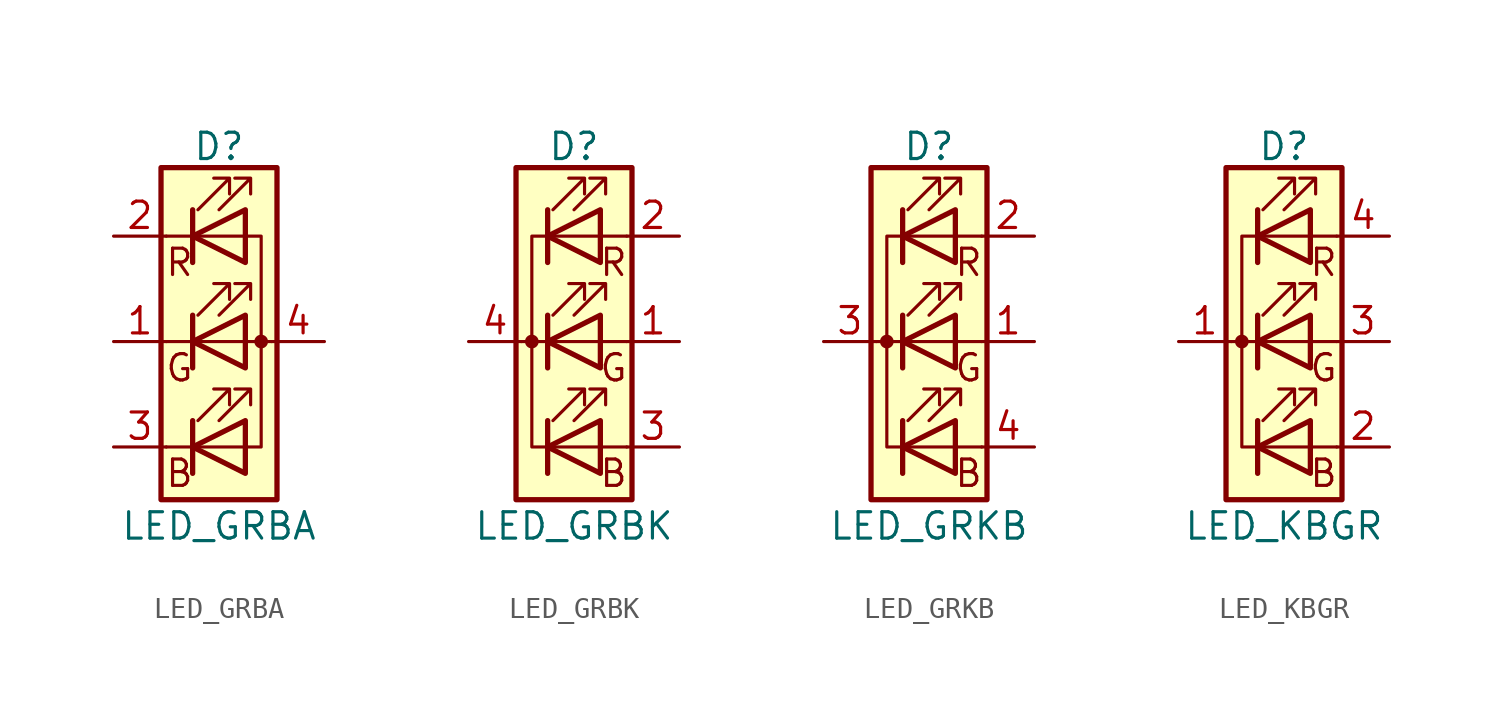
<source format=kicad_sym>
(kicad_symbol_lib
  (version 20241209)
  (generator "kicad_symbol_editor")
  (generator_version "9.0")
  (symbol "LED_GRBA"
    (pin_names
      (offset 0)
      (hide yes))
    (property "Reference" "D"
      (at 0 9.398 0)
      (effects (font (size 1.27 1.27))))
    (property "Value" "LED_GRBA"
      (at 0 -8.89 0)
      (effects (font (size 1.27 1.27))))
    (symbol "LED_GRBA_0_0"
      (text "R" (at -1.905 3.81 0) (effects (font (size 1.27 1.27))))
      (text "G" (at -1.905 -1.27 0) (effects (font (size 1.27 1.27))))
      (text "B" (at -1.905 -6.35 0) (effects (font (size 1.27 1.27)))))
    (symbol "LED_GRBA_0_1"
      (polyline (pts (xy -1.27 6.35) (xy -1.27 3.81)) (stroke (width 0.254) (type solid)) (fill (type none)))
      (polyline (pts (xy -1.27 6.35) (xy -1.27 3.81) (xy -1.27 3.81)) (stroke (width 0) (type solid)) (fill (type none)))
      (polyline (pts (xy -1.27 5.08) (xy -2.54 5.08)) (stroke (width 0) (type solid)) (fill (type none)))
      (polyline (pts (xy -1.27 5.08) (xy 1.27 5.08)) (stroke (width 0) (type solid)) (fill (type none)))
      (polyline (pts (xy -1.27 1.27) (xy -1.27 -1.27)) (stroke (width 0.254) (type solid)) (fill (type none)))
      (polyline (pts (xy -1.27 1.27) (xy -1.27 -1.27) (xy -1.27 -1.27)) (stroke (width 0) (type solid)) (fill (type none)))
      (polyline (pts (xy -1.27 0) (xy -2.54 0)) (stroke (width 0) (type solid)) (fill (type none)))
      (polyline (pts (xy -1.27 -3.81) (xy -1.27 -6.35)) (stroke (width 0.254) (type solid)) (fill (type none)))
      (polyline (pts (xy -1.27 -5.08) (xy -2.54 -5.08)) (stroke (width 0) (type solid)) (fill (type none)))
      (polyline (pts (xy -1.27 -5.08) (xy 1.27 -5.08)) (stroke (width 0) (type solid)) (fill (type none)))
      (polyline (pts (xy -1.016 6.35) (xy 0.508 7.874) (xy -0.254 7.874) (xy 0.508 7.874) (xy 0.508 7.112)) (stroke (width 0) (type solid)) (fill (type none)))
      (polyline (pts (xy -1.016 1.27) (xy 0.508 2.794) (xy -0.254 2.794) (xy 0.508 2.794) (xy 0.508 2.032)) (stroke (width 0) (type solid)) (fill (type none)))
      (polyline (pts (xy -1.016 -3.81) (xy 0.508 -2.286) (xy -0.254 -2.286) (xy 0.508 -2.286) (xy 0.508 -3.048)) (stroke (width 0) (type solid)) (fill (type none)))
      (polyline (pts (xy 0 6.35) (xy 1.524 7.874) (xy 0.762 7.874) (xy 1.524 7.874) (xy 1.524 7.112)) (stroke (width 0) (type solid)) (fill (type none)))
      (polyline (pts (xy 0 1.27) (xy 1.524 2.794) (xy 0.762 2.794) (xy 1.524 2.794) (xy 1.524 2.032)) (stroke (width 0) (type solid)) (fill (type none)))
      (polyline (pts (xy 0 -3.81) (xy 1.524 -2.286) (xy 0.762 -2.286) (xy 1.524 -2.286) (xy 1.524 -3.048)) (stroke (width 0) (type solid)) (fill (type none)))
      (polyline (pts (xy 1.27 6.35) (xy 1.27 3.81) (xy -1.27 5.08) (xy 1.27 6.35)) (stroke (width 0.254) (type solid)) (fill (type none)))
      (rectangle (start 1.27 6.35) (end 1.27 6.35) (stroke (width 0) (type solid)) (fill (type none)))
      (rectangle (start 1.27 3.81) (end 1.27 6.35) (stroke (width 0) (type solid)) (fill (type none)))
      (polyline (pts (xy 1.27 1.27) (xy 1.27 -1.27) (xy -1.27 0) (xy 1.27 1.27)) (stroke (width 0.254) (type solid)) (fill (type none)))
      (rectangle (start 1.27 1.27) (end 1.27 1.27) (stroke (width 0) (type solid)) (fill (type none)))
      (polyline (pts (xy 1.27 0) (xy -1.27 0)) (stroke (width 0) (type solid)) (fill (type none)))
      (polyline (pts (xy 1.27 0) (xy 2.54 0)) (stroke (width 0) (type solid)) (fill (type none)))
      (rectangle (start 1.27 -1.27) (end 1.27 1.27) (stroke (width 0) (type solid)) (fill (type none)))
      (polyline (pts (xy 1.27 -3.81) (xy 1.27 -6.35) (xy -1.27 -5.08) (xy 1.27 -3.81)) (stroke (width 0.254) (type solid)) (fill (type none)))
      (polyline (pts (xy 1.27 -5.08) (xy 2.032 -5.08) (xy 2.032 5.08) (xy 1.27 5.08)) (stroke (width 0) (type solid)) (fill (type none)))
      (circle (center 2.032 0) (radius 0.254) (stroke (width 0) (type solid)) (fill (type outline)))
      (rectangle (start 2.794 8.382) (end -2.794 -7.62) (stroke (width 0.254) (type solid)) (fill (type background))))
    (symbol "LED_GRBA_1_1"
      (pin passive line (at -5.08 5.08 0) (length 2.54) (name "RK" (effects (font (size 1.27 1.27)))) (number "2" (effects (font (size 1.27 1.27)))))
      (pin passive line (at -5.08 0 0) (length 2.54) (name "GK" (effects (font (size 1.27 1.27)))) (number "1" (effects (font (size 1.27 1.27)))))
      (pin passive line (at -5.08 -5.08 0) (length 2.54) (name "BK" (effects (font (size 1.27 1.27)))) (number "3" (effects (font (size 1.27 1.27)))))
      (pin passive line (at 5.08 0 180) (length 2.54) (name "A" (effects (font (size 1.27 1.27)))) (number "4" (effects (font (size 1.27 1.27)))))))
  (symbol "LED_GRBK"
    (pin_names
      (offset 0)
      (hide yes))
    (property "Reference" "D"
      (at 0 9.398 0)
      (effects (font (size 1.27 1.27))))
    (property "Value" "LED_GRBK"
      (at 0 -8.89 0)
      (effects (font (size 1.27 1.27))))
    (symbol "LED_GRBK_0_0"
      (text "R" (at 1.905 3.81 0) (effects (font (size 1.27 1.27))))
      (text "G" (at 1.905 -1.27 0) (effects (font (size 1.27 1.27))))
      (text "B" (at 1.905 -6.35 0) (effects (font (size 1.27 1.27)))))
    (symbol "LED_GRBK_0_1"
      (circle (center -2.032 0) (radius 0.254) (stroke (width 0) (type solid)) (fill (type outline)))
      (polyline (pts (xy -1.27 6.35) (xy -1.27 3.81)) (stroke (width 0.254) (type solid)) (fill (type none)))
      (polyline (pts (xy -1.27 6.35) (xy -1.27 3.81) (xy -1.27 3.81)) (stroke (width 0) (type solid)) (fill (type none)))
      (polyline (pts (xy -1.27 5.08) (xy 1.27 5.08)) (stroke (width 0) (type solid)) (fill (type none)))
      (polyline (pts (xy -1.27 5.08) (xy -2.032 5.08) (xy -2.032 -5.08) (xy -1.016 -5.08)) (stroke (width 0) (type solid)) (fill (type none)))
      (polyline (pts (xy -1.27 1.27) (xy -1.27 -1.27)) (stroke (width 0.254) (type solid)) (fill (type none)))
      (polyline (pts (xy -1.27 1.27) (xy -1.27 -1.27) (xy -1.27 -1.27)) (stroke (width 0) (type solid)) (fill (type none)))
      (polyline (pts (xy -1.27 0) (xy -2.54 0)) (stroke (width 0) (type solid)) (fill (type none)))
      (polyline (pts (xy -1.27 -3.81) (xy -1.27 -6.35)) (stroke (width 0.254) (type solid)) (fill (type none)))
      (polyline (pts (xy -1.27 -5.08) (xy 1.27 -5.08)) (stroke (width 0) (type solid)) (fill (type none)))
      (polyline (pts (xy -1.016 6.35) (xy 0.508 7.874) (xy -0.254 7.874) (xy 0.508 7.874) (xy 0.508 7.112)) (stroke (width 0) (type solid)) (fill (type none)))
      (polyline (pts (xy -1.016 1.27) (xy 0.508 2.794) (xy -0.254 2.794) (xy 0.508 2.794) (xy 0.508 2.032)) (stroke (width 0) (type solid)) (fill (type none)))
      (polyline (pts (xy -1.016 -3.81) (xy 0.508 -2.286) (xy -0.254 -2.286) (xy 0.508 -2.286) (xy 0.508 -3.048)) (stroke (width 0) (type solid)) (fill (type none)))
      (polyline (pts (xy 0 6.35) (xy 1.524 7.874) (xy 0.762 7.874) (xy 1.524 7.874) (xy 1.524 7.112)) (stroke (width 0) (type solid)) (fill (type none)))
      (polyline (pts (xy 0 1.27) (xy 1.524 2.794) (xy 0.762 2.794) (xy 1.524 2.794) (xy 1.524 2.032)) (stroke (width 0) (type solid)) (fill (type none)))
      (polyline (pts (xy 0 -3.81) (xy 1.524 -2.286) (xy 0.762 -2.286) (xy 1.524 -2.286) (xy 1.524 -3.048)) (stroke (width 0) (type solid)) (fill (type none)))
      (polyline (pts (xy 1.27 6.35) (xy 1.27 3.81) (xy -1.27 5.08) (xy 1.27 6.35)) (stroke (width 0.254) (type solid)) (fill (type none)))
      (rectangle (start 1.27 6.35) (end 1.27 6.35) (stroke (width 0) (type solid)) (fill (type none)))
      (polyline (pts (xy 1.27 5.08) (xy 2.54 5.08)) (stroke (width 0) (type solid)) (fill (type none)))
      (rectangle (start 1.27 3.81) (end 1.27 6.35) (stroke (width 0) (type solid)) (fill (type none)))
      (polyline (pts (xy 1.27 1.27) (xy 1.27 -1.27) (xy -1.27 0) (xy 1.27 1.27)) (stroke (width 0.254) (type solid)) (fill (type none)))
      (rectangle (start 1.27 1.27) (end 1.27 1.27) (stroke (width 0) (type solid)) (fill (type none)))
      (polyline (pts (xy 1.27 0) (xy -1.27 0)) (stroke (width 0) (type solid)) (fill (type none)))
      (polyline (pts (xy 1.27 0) (xy 2.54 0)) (stroke (width 0) (type solid)) (fill (type none)))
      (rectangle (start 1.27 -1.27) (end 1.27 1.27) (stroke (width 0) (type solid)) (fill (type none)))
      (polyline (pts (xy 1.27 -3.81) (xy 1.27 -6.35) (xy -1.27 -5.08) (xy 1.27 -3.81)) (stroke (width 0.254) (type solid)) (fill (type none)))
      (polyline (pts (xy 1.27 -5.08) (xy 2.54 -5.08)) (stroke (width 0) (type solid)) (fill (type none)))
      (rectangle (start 2.794 8.382) (end -2.794 -7.62) (stroke (width 0.254) (type solid)) (fill (type background))))
    (symbol "LED_GRBK_1_1"
      (pin passive line (at -5.08 0 0) (length 2.54) (name "K" (effects (font (size 1.27 1.27)))) (number "4" (effects (font (size 1.27 1.27)))))
      (pin passive line (at 5.08 5.08 180) (length 2.54) (name "RA" (effects (font (size 1.27 1.27)))) (number "2" (effects (font (size 1.27 1.27)))))
      (pin passive line (at 5.08 0 180) (length 2.54) (name "GA" (effects (font (size 1.27 1.27)))) (number "1" (effects (font (size 1.27 1.27)))))
      (pin passive line (at 5.08 -5.08 180) (length 2.54) (name "BA" (effects (font (size 1.27 1.27)))) (number "3" (effects (font (size 1.27 1.27)))))))
  (symbol "LED_GRKB"
    (pin_names
      (offset 0)
      (hide yes))
    (property "Reference" "D"
      (at 0 9.398 0)
      (effects (font (size 1.27 1.27))))
    (property "Value" "LED_GRKB"
      (at 0 -8.89 0)
      (effects (font (size 1.27 1.27))))
    (symbol "LED_GRKB_0_0"
      (text "R" (at 1.905 3.81 0) (effects (font (size 1.27 1.27))))
      (text "G" (at 1.905 -1.27 0) (effects (font (size 1.27 1.27))))
      (text "B" (at 1.905 -6.35 0) (effects (font (size 1.27 1.27)))))
    (symbol "LED_GRKB_0_1"
      (circle (center -2.032 0) (radius 0.254) (stroke (width 0) (type solid)) (fill (type outline)))
      (polyline (pts (xy -1.27 6.35) (xy -1.27 3.81)) (stroke (width 0.254) (type solid)) (fill (type none)))
      (polyline (pts (xy -1.27 6.35) (xy -1.27 3.81) (xy -1.27 3.81)) (stroke (width 0) (type solid)) (fill (type none)))
      (polyline (pts (xy -1.27 5.08) (xy 1.27 5.08)) (stroke (width 0) (type solid)) (fill (type none)))
      (polyline (pts (xy -1.27 5.08) (xy -2.032 5.08) (xy -2.032 -5.08) (xy -1.016 -5.08)) (stroke (width 0) (type solid)) (fill (type none)))
      (polyline (pts (xy -1.27 1.27) (xy -1.27 -1.27)) (stroke (width 0.254) (type solid)) (fill (type none)))
      (polyline (pts (xy -1.27 1.27) (xy -1.27 -1.27) (xy -1.27 -1.27)) (stroke (width 0) (type solid)) (fill (type none)))
      (polyline (pts (xy -1.27 0) (xy -2.54 0)) (stroke (width 0) (type solid)) (fill (type none)))
      (polyline (pts (xy -1.27 -3.81) (xy -1.27 -6.35)) (stroke (width 0.254) (type solid)) (fill (type none)))
      (polyline (pts (xy -1.27 -5.08) (xy 1.27 -5.08)) (stroke (width 0) (type solid)) (fill (type none)))
      (polyline (pts (xy -1.016 6.35) (xy 0.508 7.874) (xy -0.254 7.874) (xy 0.508 7.874) (xy 0.508 7.112)) (stroke (width 0) (type solid)) (fill (type none)))
      (polyline (pts (xy -1.016 1.27) (xy 0.508 2.794) (xy -0.254 2.794) (xy 0.508 2.794) (xy 0.508 2.032)) (stroke (width 0) (type solid)) (fill (type none)))
      (polyline (pts (xy -1.016 -3.81) (xy 0.508 -2.286) (xy -0.254 -2.286) (xy 0.508 -2.286) (xy 0.508 -3.048)) (stroke (width 0) (type solid)) (fill (type none)))
      (polyline (pts (xy 0 6.35) (xy 1.524 7.874) (xy 0.762 7.874) (xy 1.524 7.874) (xy 1.524 7.112)) (stroke (width 0) (type solid)) (fill (type none)))
      (polyline (pts (xy 0 1.27) (xy 1.524 2.794) (xy 0.762 2.794) (xy 1.524 2.794) (xy 1.524 2.032)) (stroke (width 0) (type solid)) (fill (type none)))
      (polyline (pts (xy 0 -3.81) (xy 1.524 -2.286) (xy 0.762 -2.286) (xy 1.524 -2.286) (xy 1.524 -3.048)) (stroke (width 0) (type solid)) (fill (type none)))
      (polyline (pts (xy 1.27 6.35) (xy 1.27 3.81) (xy -1.27 5.08) (xy 1.27 6.35)) (stroke (width 0.254) (type solid)) (fill (type none)))
      (rectangle (start 1.27 6.35) (end 1.27 6.35) (stroke (width 0) (type solid)) (fill (type none)))
      (polyline (pts (xy 1.27 5.08) (xy 2.54 5.08)) (stroke (width 0) (type solid)) (fill (type none)))
      (rectangle (start 1.27 3.81) (end 1.27 6.35) (stroke (width 0) (type solid)) (fill (type none)))
      (polyline (pts (xy 1.27 1.27) (xy 1.27 -1.27) (xy -1.27 0) (xy 1.27 1.27)) (stroke (width 0.254) (type solid)) (fill (type none)))
      (rectangle (start 1.27 1.27) (end 1.27 1.27) (stroke (width 0) (type solid)) (fill (type none)))
      (polyline (pts (xy 1.27 0) (xy -1.27 0)) (stroke (width 0) (type solid)) (fill (type none)))
      (polyline (pts (xy 1.27 0) (xy 2.54 0)) (stroke (width 0) (type solid)) (fill (type none)))
      (rectangle (start 1.27 -1.27) (end 1.27 1.27) (stroke (width 0) (type solid)) (fill (type none)))
      (polyline (pts (xy 1.27 -3.81) (xy 1.27 -6.35) (xy -1.27 -5.08) (xy 1.27 -3.81)) (stroke (width 0.254) (type solid)) (fill (type none)))
      (polyline (pts (xy 1.27 -5.08) (xy 2.54 -5.08)) (stroke (width 0) (type solid)) (fill (type none)))
      (rectangle (start 2.794 8.382) (end -2.794 -7.62) (stroke (width 0.254) (type solid)) (fill (type background))))
    (symbol "LED_GRKB_1_1"
      (pin passive line (at -5.08 0 0) (length 2.54) (name "K" (effects (font (size 1.27 1.27)))) (number "3" (effects (font (size 1.27 1.27)))))
      (pin passive line (at 5.08 5.08 180) (length 2.54) (name "RA" (effects (font (size 1.27 1.27)))) (number "2" (effects (font (size 1.27 1.27)))))
      (pin passive line (at 5.08 0 180) (length 2.54) (name "GA" (effects (font (size 1.27 1.27)))) (number "1" (effects (font (size 1.27 1.27)))))
      (pin passive line (at 5.08 -5.08 180) (length 2.54) (name "BA" (effects (font (size 1.27 1.27)))) (number "4" (effects (font (size 1.27 1.27)))))))
  (symbol "LED_KBGR"
    (pin_names
      (offset 0)
      (hide yes))
    (property "Reference" "D"
      (at 0 9.398 0)
      (effects (font (size 1.27 1.27))))
    (property "Value" "LED_KBGR"
      (at 0 -8.89 0)
      (effects (font (size 1.27 1.27))))
    (symbol "LED_KBGR_0_0"
      (text "R" (at 1.905 3.81 0) (effects (font (size 1.27 1.27))))
      (text "G" (at 1.905 -1.27 0) (effects (font (size 1.27 1.27))))
      (text "B" (at 1.905 -6.35 0) (effects (font (size 1.27 1.27)))))
    (symbol "LED_KBGR_0_1"
      (circle (center -2.032 0) (radius 0.254) (stroke (width 0) (type solid)) (fill (type outline)))
      (polyline (pts (xy -1.27 6.35) (xy -1.27 3.81)) (stroke (width 0.254) (type solid)) (fill (type none)))
      (polyline (pts (xy -1.27 6.35) (xy -1.27 3.81) (xy -1.27 3.81)) (stroke (width 0) (type solid)) (fill (type none)))
      (polyline (pts (xy -1.27 5.08) (xy 1.27 5.08)) (stroke (width 0) (type solid)) (fill (type none)))
      (polyline (pts (xy -1.27 5.08) (xy -2.032 5.08) (xy -2.032 -5.08) (xy -1.016 -5.08)) (stroke (width 0) (type solid)) (fill (type none)))
      (polyline (pts (xy -1.27 1.27) (xy -1.27 -1.27)) (stroke (width 0.254) (type solid)) (fill (type none)))
      (polyline (pts (xy -1.27 1.27) (xy -1.27 -1.27) (xy -1.27 -1.27)) (stroke (width 0) (type solid)) (fill (type none)))
      (polyline (pts (xy -1.27 0) (xy -2.54 0)) (stroke (width 0) (type solid)) (fill (type none)))
      (polyline (pts (xy -1.27 -3.81) (xy -1.27 -6.35)) (stroke (width 0.254) (type solid)) (fill (type none)))
      (polyline (pts (xy -1.27 -5.08) (xy 1.27 -5.08)) (stroke (width 0) (type solid)) (fill (type none)))
      (polyline (pts (xy -1.016 6.35) (xy 0.508 7.874) (xy -0.254 7.874) (xy 0.508 7.874) (xy 0.508 7.112)) (stroke (width 0) (type solid)) (fill (type none)))
      (polyline (pts (xy -1.016 1.27) (xy 0.508 2.794) (xy -0.254 2.794) (xy 0.508 2.794) (xy 0.508 2.032)) (stroke (width 0) (type solid)) (fill (type none)))
      (polyline (pts (xy -1.016 -3.81) (xy 0.508 -2.286) (xy -0.254 -2.286) (xy 0.508 -2.286) (xy 0.508 -3.048)) (stroke (width 0) (type solid)) (fill (type none)))
      (polyline (pts (xy 0 6.35) (xy 1.524 7.874) (xy 0.762 7.874) (xy 1.524 7.874) (xy 1.524 7.112)) (stroke (width 0) (type solid)) (fill (type none)))
      (polyline (pts (xy 0 1.27) (xy 1.524 2.794) (xy 0.762 2.794) (xy 1.524 2.794) (xy 1.524 2.032)) (stroke (width 0) (type solid)) (fill (type none)))
      (polyline (pts (xy 0 -3.81) (xy 1.524 -2.286) (xy 0.762 -2.286) (xy 1.524 -2.286) (xy 1.524 -3.048)) (stroke (width 0) (type solid)) (fill (type none)))
      (polyline (pts (xy 1.27 6.35) (xy 1.27 3.81) (xy -1.27 5.08) (xy 1.27 6.35)) (stroke (width 0.254) (type solid)) (fill (type none)))
      (rectangle (start 1.27 6.35) (end 1.27 6.35) (stroke (width 0) (type solid)) (fill (type none)))
      (polyline (pts (xy 1.27 5.08) (xy 2.54 5.08)) (stroke (width 0) (type solid)) (fill (type none)))
      (rectangle (start 1.27 3.81) (end 1.27 6.35) (stroke (width 0) (type solid)) (fill (type none)))
      (polyline (pts (xy 1.27 1.27) (xy 1.27 -1.27) (xy -1.27 0) (xy 1.27 1.27)) (stroke (width 0.254) (type solid)) (fill (type none)))
      (rectangle (start 1.27 1.27) (end 1.27 1.27) (stroke (width 0) (type solid)) (fill (type none)))
      (polyline (pts (xy 1.27 0) (xy -1.27 0)) (stroke (width 0) (type solid)) (fill (type none)))
      (polyline (pts (xy 1.27 0) (xy 2.54 0)) (stroke (width 0) (type solid)) (fill (type none)))
      (rectangle (start 1.27 -1.27) (end 1.27 1.27) (stroke (width 0) (type solid)) (fill (type none)))
      (polyline (pts (xy 1.27 -3.81) (xy 1.27 -6.35) (xy -1.27 -5.08) (xy 1.27 -3.81)) (stroke (width 0.254) (type solid)) (fill (type none)))
      (polyline (pts (xy 1.27 -5.08) (xy 2.54 -5.08)) (stroke (width 0) (type solid)) (fill (type none)))
      (rectangle (start 2.794 8.382) (end -2.794 -7.62) (stroke (width 0.254) (type solid)) (fill (type background))))
    (symbol "LED_KBGR_1_1"
      (pin passive line (at -5.08 0 0) (length 2.54) (name "K" (effects (font (size 1.27 1.27)))) (number "1" (effects (font (size 1.27 1.27)))))
      (pin passive line (at 5.08 5.08 180) (length 2.54) (name "RA" (effects (font (size 1.27 1.27)))) (number "4" (effects (font (size 1.27 1.27)))))
      (pin passive line (at 5.08 0 180) (length 2.54) (name "GA" (effects (font (size 1.27 1.27)))) (number "3" (effects (font (size 1.27 1.27)))))
      (pin passive line (at 5.08 -5.08 180) (length 2.54) (name "BA" (effects (font (size 1.27 1.27)))) (number "2" (effects (font (size 1.27 1.27))))))))
</source>
